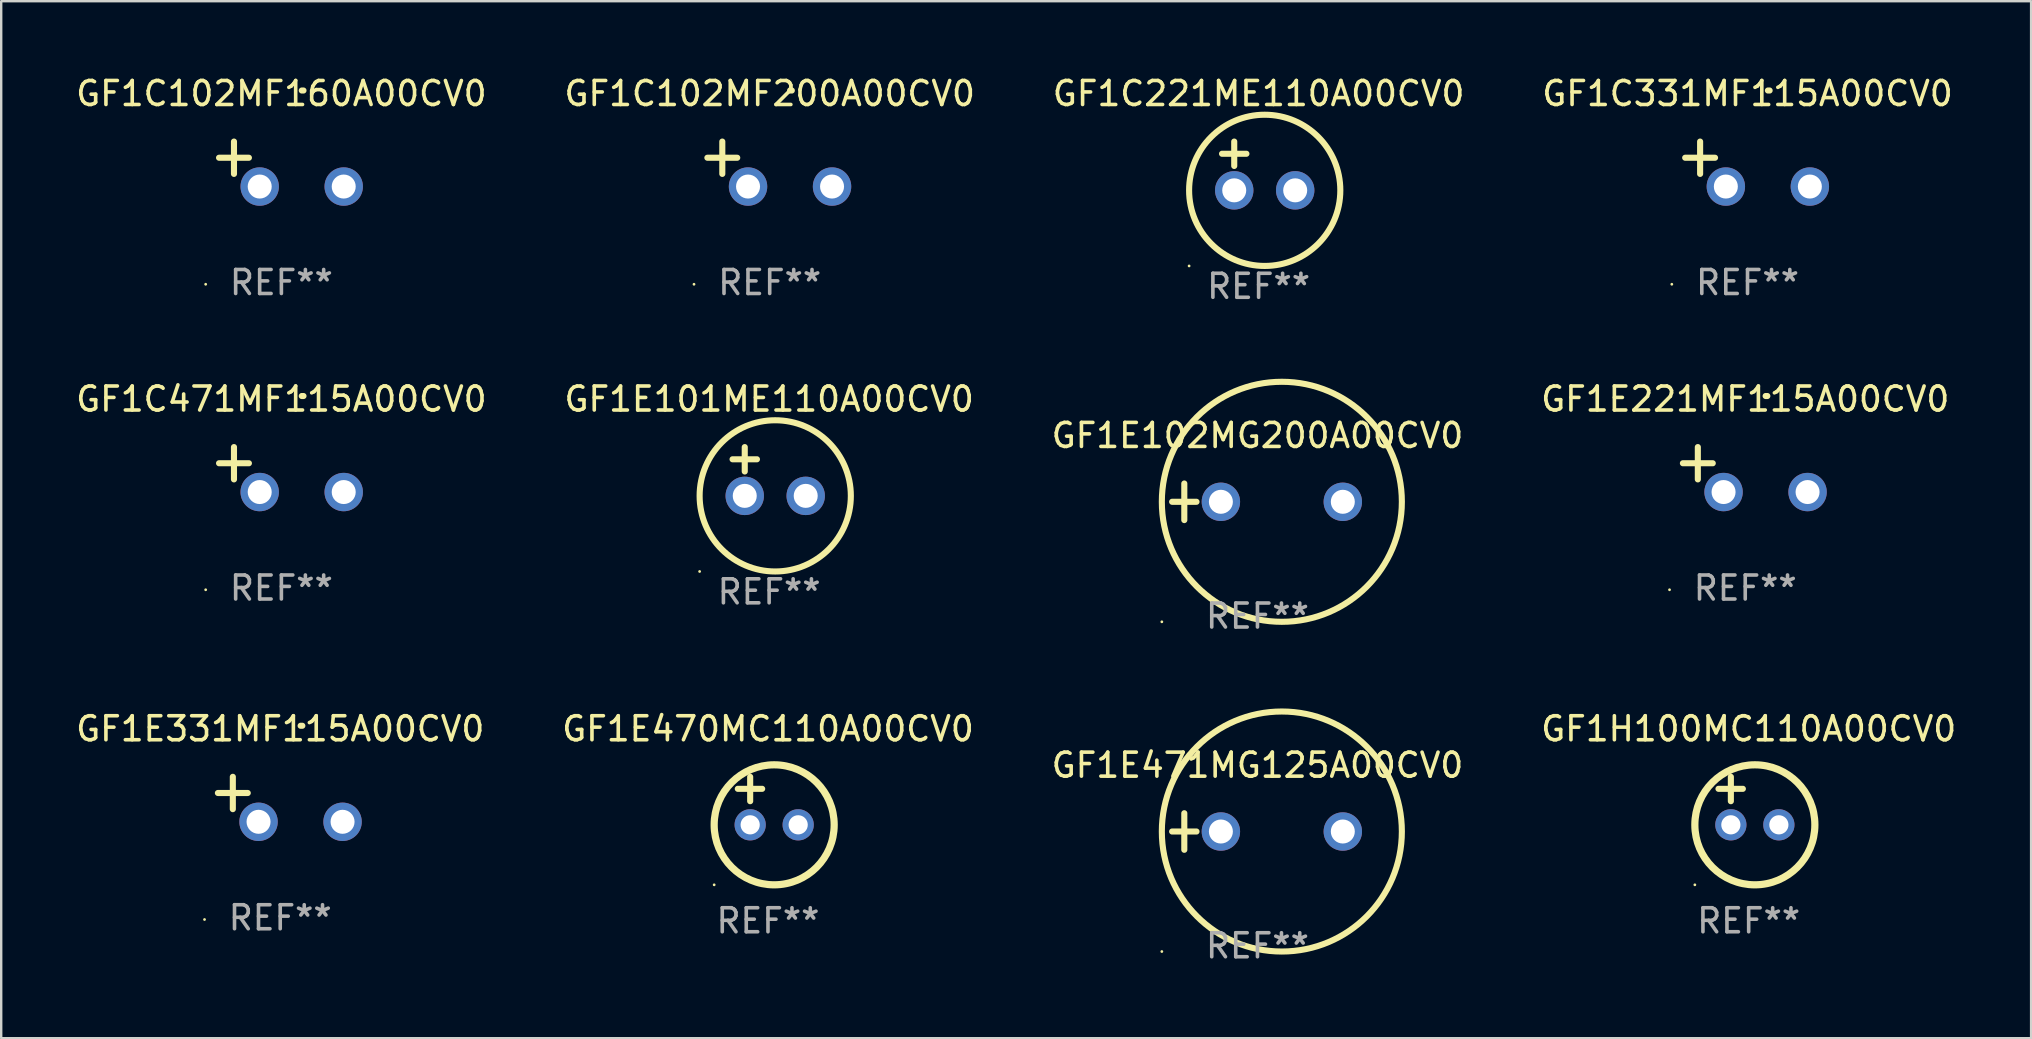
<source format=kicad_pcb>
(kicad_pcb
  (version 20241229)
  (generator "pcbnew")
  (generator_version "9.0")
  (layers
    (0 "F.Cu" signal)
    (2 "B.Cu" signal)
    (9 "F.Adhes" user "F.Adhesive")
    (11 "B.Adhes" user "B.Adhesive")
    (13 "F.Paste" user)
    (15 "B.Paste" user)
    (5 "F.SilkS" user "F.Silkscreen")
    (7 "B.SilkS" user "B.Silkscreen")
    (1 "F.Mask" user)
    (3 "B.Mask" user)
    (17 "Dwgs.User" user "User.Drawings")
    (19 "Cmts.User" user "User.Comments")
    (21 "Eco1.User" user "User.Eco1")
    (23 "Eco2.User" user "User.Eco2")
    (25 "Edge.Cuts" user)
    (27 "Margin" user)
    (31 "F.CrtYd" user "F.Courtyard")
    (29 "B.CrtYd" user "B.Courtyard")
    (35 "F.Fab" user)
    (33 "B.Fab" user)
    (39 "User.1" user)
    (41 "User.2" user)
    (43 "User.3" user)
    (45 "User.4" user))
  (footprint "GF1E331MF115A00CV0"
    (layer "F.Cu")
    (at 8.625 30.251)
    (property "Reference" "GF1E331MF115A00CV0" (at 0 -2.937 0) (layer "F.SilkS") (effects (font (size 1 1) (thickness 0.15))))
    (attr through_hole)
    (fp_line (start -1.975 0.41) (end -1.975 -0.937) (stroke (width 0.254) (type solid)) (layer "F.SilkS"))
    (fp_line (start -1.353 -0.263) (end -2.597 -0.263) (stroke (width 0.254) (type solid)) (layer "F.SilkS"))
    (fp_arc (start 0.849809 -3.063957) (mid 0.885369 -3.064114) (end 0.920929 -3.063957) (stroke (width 0.254001) (type solid)) (layer "F.SilkS"))
    (fp_circle (center -3.154 5.008) (end -3.124 5.008) (stroke (width 0.06) (type solid)) (fill no) (layer "F.SilkS"))
    (fp_text user "REF**" (at 0 4.937 0) (layer "F.Fab") (effects (font (size 1 1) (thickness 0.15))))
    (pad "1" thru_hole circle (at -0.903 0.937) (size 1.6 1.6) (drill 1) (layers "*.Cu" "*.Mask"))
    (pad "2" thru_hole circle (at 2.597 0.937) (size 1.6 1.6) (drill 1) (layers "*.Cu" "*.Mask")))
  (footprint "GF1C102MF200A00CV0"
    (layer "F.Cu")
    (at 29.018 3.785)
    (property "Reference" "GF1C102MF200A00CV0" (at 0 -2.937 0) (layer "F.SilkS") (effects (font (size 1 1) (thickness 0.15))))
    (attr through_hole)
    (fp_line (start -1.975 0.41) (end -1.975 -0.937) (stroke (width 0.254) (type solid)) (layer "F.SilkS"))
    (fp_line (start -1.353 -0.263) (end -2.597 -0.263) (stroke (width 0.254) (type solid)) (layer "F.SilkS"))
    (fp_arc (start 0.849809 -3.063957) (mid 0.885369 -3.064114) (end 0.920929 -3.063957) (stroke (width 0.254001) (type solid)) (layer "F.SilkS"))
    (fp_circle (center -3.154 5.008) (end -3.124 5.008) (stroke (width 0.06) (type solid)) (fill no) (layer "F.SilkS"))
    (fp_text user "REF**" (at 0 4.937 0) (layer "F.Fab") (effects (font (size 1 1) (thickness 0.15))))
    (pad "1" thru_hole circle (at -0.903 0.937) (size 1.6 1.6) (drill 1) (layers "*.Cu" "*.Mask"))
    (pad "2" thru_hole circle (at 2.597 0.937) (size 1.6 1.6) (drill 1) (layers "*.Cu" "*.Mask")))
  (footprint "GF1C102MF160A00CV0"
    (layer "F.Cu")
    (at 8.673 3.785)
    (property "Reference" "GF1C102MF160A00CV0" (at 0 -2.937 0) (layer "F.SilkS") (effects (font (size 1 1) (thickness 0.15))))
    (attr through_hole)
    (fp_line (start -1.975 0.41) (end -1.975 -0.937) (stroke (width 0.254) (type solid)) (layer "F.SilkS"))
    (fp_line (start -1.353 -0.263) (end -2.597 -0.263) (stroke (width 0.254) (type solid)) (layer "F.SilkS"))
    (fp_arc (start 0.849809 -3.063957) (mid 0.885369 -3.064114) (end 0.920929 -3.063957) (stroke (width 0.254001) (type solid)) (layer "F.SilkS"))
    (fp_circle (center -3.154 5.008) (end -3.124 5.008) (stroke (width 0.06) (type solid)) (fill no) (layer "F.SilkS"))
    (fp_text user "REF**" (at 0 4.937 0) (layer "F.Fab") (effects (font (size 1 1) (thickness 0.15))))
    (pad "1" thru_hole circle (at -0.903 0.937) (size 1.6 1.6) (drill 1) (layers "*.Cu" "*.Mask"))
    (pad "2" thru_hole circle (at 2.597 0.937) (size 1.6 1.6) (drill 1) (layers "*.Cu" "*.Mask")))
  (footprint "GF1C471MF115A00CV0"
    (layer "F.Cu")
    (at 8.673 16.513)
    (property "Reference" "GF1C471MF115A00CV0" (at 0 -2.937 0) (layer "F.SilkS") (effects (font (size 1 1) (thickness 0.15))))
    (attr through_hole)
    (fp_line (start -1.975 0.41) (end -1.975 -0.937) (stroke (width 0.254) (type solid)) (layer "F.SilkS"))
    (fp_line (start -1.353 -0.263) (end -2.597 -0.263) (stroke (width 0.254) (type solid)) (layer "F.SilkS"))
    (fp_arc (start 0.849809 -3.063957) (mid 0.885369 -3.064114) (end 0.920929 -3.063957) (stroke (width 0.254001) (type solid)) (layer "F.SilkS"))
    (fp_circle (center -3.154 5.008) (end -3.124 5.008) (stroke (width 0.06) (type solid)) (fill no) (layer "F.SilkS"))
    (fp_text user "REF**" (at 0 4.937 0) (layer "F.Fab") (effects (font (size 1 1) (thickness 0.15))))
    (pad "1" thru_hole circle (at -0.903 0.937) (size 1.6 1.6) (drill 1) (layers "*.Cu" "*.Mask"))
    (pad "2" thru_hole circle (at 2.597 0.937) (size 1.6 1.6) (drill 1) (layers "*.Cu" "*.Mask")))
  (footprint "GF1E470MC110A00CV0"
    (layer "F.Cu")
    (at 28.946 30.314)
    (property "Reference" "GF1E470MC110A00CV0" (at 0 -3 0) (layer "F.SilkS") (effects (font (size 1 1) (thickness 0.15))))
    (attr through_hole)
    (fp_line (start -1.258 -0.5) (end -0.242 -0.5) (stroke (width 0.254) (type solid)) (layer "F.SilkS"))
    (fp_line (start -0.742 -1) (end -0.742 0.016) (stroke (width 0.254) (type solid)) (layer "F.SilkS"))
    (fp_circle (center -2.242 3.5) (end -2.212 3.5) (stroke (width 0.06) (type solid)) (fill no) (layer "F.SilkS"))
    (fp_circle (center 0.258 1) (end 2.758 1) (stroke (width 0.3) (type solid)) (fill no) (layer "F.SilkS"))
    (fp_text user "REF**" (at 0 5 0) (layer "F.Fab") (effects (font (size 1 1) (thickness 0.15))))
    (pad "1" thru_hole circle (at -0.742 1) (size 1.3 1.3) (drill 0.8) (layers "*.Cu" "*.Mask"))
    (pad "2" thru_hole circle (at 1.258 1) (size 1.3 1.3) (drill 0.8) (layers "*.Cu" "*.Mask")))
  (footprint "GF1C221ME110A00CV0"
    (layer "F.Cu")
    (at 49.387 3.864)
    (property "Reference" "GF1C221ME110A00CV0" (at 0 -3.016 0) (layer "F.SilkS") (effects (font (size 1 1) (thickness 0.15))))
    (attr through_hole)
    (fp_line (start -1.524 -0.508) (end -0.508 -0.508) (stroke (width 0.254) (type solid)) (layer "F.SilkS"))
    (fp_line (start -1.016 -1.016) (end -1.016 0) (stroke (width 0.254) (type solid)) (layer "F.SilkS"))
    (fp_circle (center -2.896 4.166) (end -2.866 4.166) (stroke (width 0.06) (type solid)) (fill no) (layer "F.SilkS"))
    (fp_circle (center 0.254 1.016) (end 3.404 1.016) (stroke (width 0.254) (type solid)) (fill no) (layer "F.SilkS"))
    (fp_text user "REF**" (at 0 5.016 0) (layer "F.Fab") (effects (font (size 1 1) (thickness 0.15))))
    (pad "1" thru_hole circle (at -1.016 1.016) (size 1.6 1.6) (drill 1) (layers "*.Cu" "*.Mask"))
    (pad "2" thru_hole circle (at 1.524 1.016) (size 1.6 1.6) (drill 1) (layers "*.Cu" "*.Mask")))
  (footprint "GF1E102MG200A00CV0"
    (layer "F.Cu")
    (at 49.339 17.856)
    (property "Reference" "GF1E102MG200A00CV0" (at 0 -2.762 0) (layer "F.SilkS") (effects (font (size 1 1) (thickness 0.15))))
    (attr through_hole)
    (fp_line (start -3.556 0) (end -2.54 0) (stroke (width 0.254) (type solid)) (layer "F.SilkS"))
    (fp_line (start -3.048 -0.762) (end -3.048 0.762) (stroke (width 0.254) (type solid)) (layer "F.SilkS"))
    (fp_circle (center -3.984 5) (end -3.954 5) (stroke (width 0.06) (type solid)) (fill no) (layer "F.SilkS"))
    (fp_circle (center 1.016 0) (end 6.016 0) (stroke (width 0.254) (type solid)) (fill no) (layer "F.SilkS"))
    (fp_text user "REF**" (at 0 4.762 0) (layer "F.Fab") (effects (font (size 1 1) (thickness 0.15))))
    (pad "1" thru_hole circle (at -1.524 0) (size 1.6 1.6) (drill 1) (layers "*.Cu" "*.Mask"))
    (pad "2" thru_hole circle (at 3.556 0) (size 1.6 1.6) (drill 1) (layers "*.Cu" "*.Mask")))
  (footprint "GF1E471MG125A00CV0"
    (layer "F.Cu")
    (at 49.339 31.593)
    (property "Reference" "GF1E471MG125A00CV0" (at 0 -2.762 0) (layer "F.SilkS") (effects (font (size 1 1) (thickness 0.15))))
    (attr through_hole)
    (fp_line (start -3.556 0) (end -2.54 0) (stroke (width 0.254) (type solid)) (layer "F.SilkS"))
    (fp_line (start -3.048 -0.762) (end -3.048 0.762) (stroke (width 0.254) (type solid)) (layer "F.SilkS"))
    (fp_circle (center -3.984 5) (end -3.954 5) (stroke (width 0.06) (type solid)) (fill no) (layer "F.SilkS"))
    (fp_circle (center 1.016 0) (end 6.016 0) (stroke (width 0.254) (type solid)) (fill no) (layer "F.SilkS"))
    (fp_text user "REF**" (at 0 4.762 0) (layer "F.Fab") (effects (font (size 1 1) (thickness 0.15))))
    (pad "1" thru_hole circle (at -1.524 0) (size 1.6 1.6) (drill 1) (layers "*.Cu" "*.Mask"))
    (pad "2" thru_hole circle (at 3.556 0) (size 1.6 1.6) (drill 1) (layers "*.Cu" "*.Mask")))
  (footprint "GF1E221MF115A00CV0"
    (layer "F.Cu")
    (at 69.661 16.513)
    (property "Reference" "GF1E221MF115A00CV0" (at 0 -2.937 0) (layer "F.SilkS") (effects (font (size 1 1) (thickness 0.15))))
    (attr through_hole)
    (fp_line (start -1.975 0.41) (end -1.975 -0.937) (stroke (width 0.254) (type solid)) (layer "F.SilkS"))
    (fp_line (start -1.353 -0.263) (end -2.597 -0.263) (stroke (width 0.254) (type solid)) (layer "F.SilkS"))
    (fp_arc (start 0.849809 -3.063957) (mid 0.885369 -3.064114) (end 0.920929 -3.063957) (stroke (width 0.254001) (type solid)) (layer "F.SilkS"))
    (fp_circle (center -3.154 5.008) (end -3.124 5.008) (stroke (width 0.06) (type solid)) (fill no) (layer "F.SilkS"))
    (fp_text user "REF**" (at 0 4.937 0) (layer "F.Fab") (effects (font (size 1 1) (thickness 0.15))))
    (pad "1" thru_hole circle (at -0.903 0.937) (size 1.6 1.6) (drill 1) (layers "*.Cu" "*.Mask"))
    (pad "2" thru_hole circle (at 2.597 0.937) (size 1.6 1.6) (drill 1) (layers "*.Cu" "*.Mask")))
  (footprint "GF1H100MC110A00CV0"
    (layer "F.Cu")
    (at 69.804 30.314)
    (property "Reference" "GF1H100MC110A00CV0" (at 0 -3 0) (layer "F.SilkS") (effects (font (size 1 1) (thickness 0.15))))
    (attr through_hole)
    (fp_line (start -1.258 -0.5) (end -0.242 -0.5) (stroke (width 0.254) (type solid)) (layer "F.SilkS"))
    (fp_line (start -0.742 -1) (end -0.742 0.016) (stroke (width 0.254) (type solid)) (layer "F.SilkS"))
    (fp_circle (center -2.242 3.5) (end -2.212 3.5) (stroke (width 0.06) (type solid)) (fill no) (layer "F.SilkS"))
    (fp_circle (center 0.258 1) (end 2.758 1) (stroke (width 0.3) (type solid)) (fill no) (layer "F.SilkS"))
    (fp_text user "REF**" (at 0 5 0) (layer "F.Fab") (effects (font (size 1 1) (thickness 0.15))))
    (pad "1" thru_hole circle (at -0.742 1) (size 1.3 1.3) (drill 0.8) (layers "*.Cu" "*.Mask"))
    (pad "2" thru_hole circle (at 1.258 1) (size 1.3 1.3) (drill 0.8) (layers "*.Cu" "*.Mask")))
  (footprint "GF1C331MF115A00CV0"
    (layer "F.Cu")
    (at 69.756 3.785)
    (property "Reference" "GF1C331MF115A00CV0" (at 0 -2.937 0) (layer "F.SilkS") (effects (font (size 1 1) (thickness 0.15))))
    (attr through_hole)
    (fp_line (start -1.975 0.41) (end -1.975 -0.937) (stroke (width 0.254) (type solid)) (layer "F.SilkS"))
    (fp_line (start -1.353 -0.263) (end -2.597 -0.263) (stroke (width 0.254) (type solid)) (layer "F.SilkS"))
    (fp_arc (start 0.849809 -3.063957) (mid 0.885369 -3.064114) (end 0.920929 -3.063957) (stroke (width 0.254001) (type solid)) (layer "F.SilkS"))
    (fp_circle (center -3.154 5.008) (end -3.124 5.008) (stroke (width 0.06) (type solid)) (fill no) (layer "F.SilkS"))
    (fp_text user "REF**" (at 0 4.937 0) (layer "F.Fab") (effects (font (size 1 1) (thickness 0.15))))
    (pad "1" thru_hole circle (at -0.903 0.937) (size 1.6 1.6) (drill 1) (layers "*.Cu" "*.Mask"))
    (pad "2" thru_hole circle (at 2.597 0.937) (size 1.6 1.6) (drill 1) (layers "*.Cu" "*.Mask")))
  (footprint "GF1E101ME110A00CV0"
    (layer "F.Cu")
    (at 28.994 16.593)
    (property "Reference" "GF1E101ME110A00CV0" (at 0 -3.016 0) (layer "F.SilkS") (effects (font (size 1 1) (thickness 0.15))))
    (attr through_hole)
    (fp_line (start -1.524 -0.508) (end -0.508 -0.508) (stroke (width 0.254) (type solid)) (layer "F.SilkS"))
    (fp_line (start -1.016 -1.016) (end -1.016 0) (stroke (width 0.254) (type solid)) (layer "F.SilkS"))
    (fp_circle (center -2.896 4.166) (end -2.866 4.166) (stroke (width 0.06) (type solid)) (fill no) (layer "F.SilkS"))
    (fp_circle (center 0.254 1.016) (end 3.404 1.016) (stroke (width 0.254) (type solid)) (fill no) (layer "F.SilkS"))
    (fp_text user "REF**" (at 0 5.016 0) (layer "F.Fab") (effects (font (size 1 1) (thickness 0.15))))
    (pad "1" thru_hole circle (at -1.016 1.016) (size 1.6 1.6) (drill 1) (layers "*.Cu" "*.Mask"))
    (pad "2" thru_hole circle (at 1.524 1.016) (size 1.6 1.6) (drill 1) (layers "*.Cu" "*.Mask")))
  (gr_rect
    (start -3 -3)
    (end 81.571 40.203)
    (stroke (width 0.1) (type default))
    (fill no)
    (layer "Edge.Cuts")))
</source>
